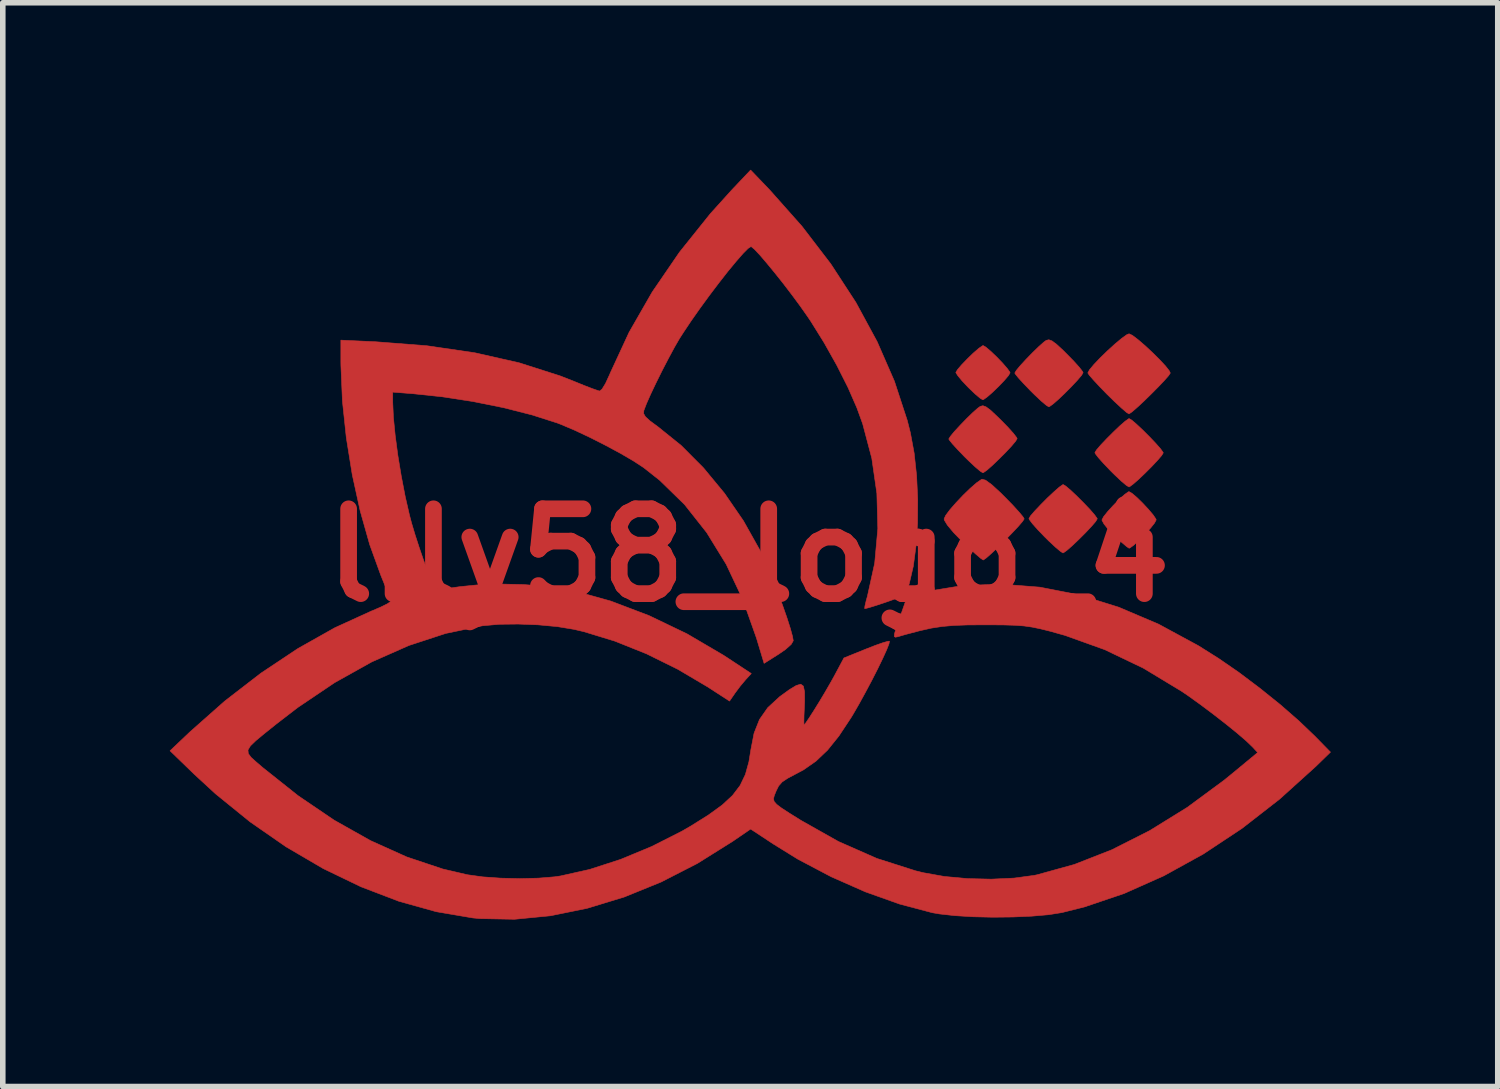
<source format=kicad_pcb>
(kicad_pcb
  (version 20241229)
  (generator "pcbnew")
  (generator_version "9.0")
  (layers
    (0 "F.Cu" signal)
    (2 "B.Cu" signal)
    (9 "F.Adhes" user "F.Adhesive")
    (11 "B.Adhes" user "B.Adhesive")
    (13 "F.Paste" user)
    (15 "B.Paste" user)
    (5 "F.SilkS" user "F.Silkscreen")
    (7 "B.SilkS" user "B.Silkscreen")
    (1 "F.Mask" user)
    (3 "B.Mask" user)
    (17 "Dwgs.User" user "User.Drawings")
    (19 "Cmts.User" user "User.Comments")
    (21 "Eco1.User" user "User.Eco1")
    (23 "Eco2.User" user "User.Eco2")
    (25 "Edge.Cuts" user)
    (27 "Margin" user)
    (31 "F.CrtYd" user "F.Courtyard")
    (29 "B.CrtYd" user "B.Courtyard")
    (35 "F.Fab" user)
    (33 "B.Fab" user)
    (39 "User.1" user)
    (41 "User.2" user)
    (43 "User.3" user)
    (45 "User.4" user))
  (footprint "lily58_logo_4"
    (layer "F.Cu")
    (at 10.398 6.926)
    (property "Reference" "lily58_logo_4" (at 0 0 0) (layer "F.Cu") (effects (font (size 1.524 1.524) (thickness 0.3))))
    (attr through_hole)
    (fp_poly (pts (xy 4.265 -3.739) (xy 4.352 -3.665) (xy 4.458 -3.564) (xy 4.562 -3.456) (xy 4.647 -3.358) (xy 4.695 -3.292) (xy 4.699 -3.278) (xy 4.67 -3.228) (xy 4.596 -3.141) (xy 4.495 -3.035) (xy 4.387 -2.931) (xy 4.29 -2.846) (xy 4.223 -2.798) (xy 4.209 -2.794) (xy 4.161 -2.822) (xy 4.072 -2.897) (xy 3.962 -3.002) (xy 3.946 -3.018) (xy 3.839 -3.131) (xy 3.761 -3.225) (xy 3.726 -3.28) (xy 3.725 -3.284) (xy 3.754 -3.334) (xy 3.828 -3.421) (xy 3.929 -3.526) (xy 4.037 -3.631) (xy 4.135 -3.716) (xy 4.202 -3.763) (xy 4.215 -3.768) (xy 4.265 -3.739)) (stroke (width 0.01) (type solid)) (fill yes) (layer "F.Cu"))
    (fp_poly (pts (xy 6.89 -1.113) (xy 6.979 -1.037) (xy 7.084 -0.934) (xy 7.188 -0.822) (xy 7.273 -0.721) (xy 7.32 -0.65) (xy 7.324 -0.635) (xy 7.295 -0.579) (xy 7.222 -0.487) (xy 7.123 -0.377) (xy 7.016 -0.268) (xy 6.919 -0.18) (xy 6.851 -0.131) (xy 6.837 -0.127) (xy 6.796 -0.154) (xy 6.711 -0.226) (xy 6.599 -0.327) (xy 6.58 -0.345) (xy 6.468 -0.46) (xy 6.387 -0.561) (xy 6.35 -0.63) (xy 6.35 -0.635) (xy 6.378 -0.691) (xy 6.451 -0.783) (xy 6.551 -0.893) (xy 6.658 -1.002) (xy 6.755 -1.09) (xy 6.823 -1.139) (xy 6.837 -1.143) (xy 6.89 -1.113)) (stroke (width 0.01) (type solid)) (fill yes) (layer "F.Cu"))
    (fp_poly (pts (xy 4.268 -2.666) (xy 4.35 -2.605) (xy 4.469 -2.493) (xy 4.535 -2.429) (xy 4.66 -2.301) (xy 4.758 -2.192) (xy 4.816 -2.117) (xy 4.826 -2.095) (xy 4.797 -2.047) (xy 4.722 -1.958) (xy 4.616 -1.845) (xy 4.496 -1.725) (xy 4.38 -1.614) (xy 4.282 -1.528) (xy 4.219 -1.484) (xy 4.21 -1.482) (xy 4.164 -1.51) (xy 4.074 -1.586) (xy 3.956 -1.697) (xy 3.883 -1.768) (xy 3.76 -1.896) (xy 3.664 -2.001) (xy 3.608 -2.071) (xy 3.598 -2.089) (xy 3.627 -2.136) (xy 3.7 -2.225) (xy 3.803 -2.336) (xy 3.918 -2.455) (xy 4.029 -2.563) (xy 4.119 -2.643) (xy 4.164 -2.675) (xy 4.211 -2.687) (xy 4.268 -2.666)) (stroke (width 0.01) (type solid)) (fill yes) (layer "F.Cu"))
    (fp_poly (pts (xy 5.453 -3.851) (xy 5.535 -3.79) (xy 5.655 -3.679) (xy 5.72 -3.614) (xy 5.845 -3.486) (xy 5.943 -3.377) (xy 6.001 -3.302) (xy 6.011 -3.281) (xy 5.983 -3.232) (xy 5.907 -3.143) (xy 5.801 -3.03) (xy 5.682 -2.91) (xy 5.565 -2.799) (xy 5.467 -2.714) (xy 5.405 -2.67) (xy 5.395 -2.667) (xy 5.349 -2.695) (xy 5.259 -2.771) (xy 5.141 -2.882) (xy 5.068 -2.954) (xy 4.946 -3.081) (xy 4.849 -3.187) (xy 4.793 -3.257) (xy 4.784 -3.274) (xy 4.812 -3.322) (xy 4.885 -3.41) (xy 4.988 -3.522) (xy 5.103 -3.64) (xy 5.214 -3.748) (xy 5.305 -3.829) (xy 5.349 -3.861) (xy 5.396 -3.872) (xy 5.453 -3.851)) (stroke (width 0.01) (type solid)) (fill yes) (layer "F.Cu"))
    (fp_poly (pts (xy 5.702 -1.241) (xy 5.79 -1.166) (xy 5.902 -1.06) (xy 6.022 -0.94) (xy 6.133 -0.824) (xy 6.218 -0.726) (xy 6.263 -0.663) (xy 6.265 -0.654) (xy 6.237 -0.606) (xy 6.161 -0.518) (xy 6.055 -0.405) (xy 5.936 -0.286) (xy 5.819 -0.175) (xy 5.721 -0.089) (xy 5.659 -0.045) (xy 5.649 -0.042) (xy 5.603 -0.071) (xy 5.513 -0.147) (xy 5.395 -0.257) (xy 5.322 -0.329) (xy 5.199 -0.457) (xy 5.103 -0.565) (xy 5.047 -0.639) (xy 5.038 -0.658) (xy 5.066 -0.707) (xy 5.142 -0.795) (xy 5.248 -0.907) (xy 5.367 -1.027) (xy 5.484 -1.137) (xy 5.582 -1.223) (xy 5.644 -1.267) (xy 5.654 -1.27) (xy 5.702 -1.241)) (stroke (width 0.01) (type solid)) (fill yes) (layer "F.Cu"))
    (fp_poly (pts (xy 6.887 -2.427) (xy 6.975 -2.351) (xy 7.088 -2.245) (xy 7.207 -2.126) (xy 7.318 -2.009) (xy 7.404 -1.911) (xy 7.448 -1.849) (xy 7.451 -1.839) (xy 7.422 -1.791) (xy 7.346 -1.703) (xy 7.241 -1.591) (xy 7.121 -1.471) (xy 7.004 -1.36) (xy 6.906 -1.275) (xy 6.844 -1.23) (xy 6.835 -1.228) (xy 6.788 -1.256) (xy 6.698 -1.332) (xy 6.58 -1.443) (xy 6.508 -1.514) (xy 6.385 -1.643) (xy 6.288 -1.751) (xy 6.232 -1.824) (xy 6.223 -1.844) (xy 6.252 -1.892) (xy 6.327 -1.98) (xy 6.433 -2.092) (xy 6.553 -2.212) (xy 6.669 -2.323) (xy 6.767 -2.408) (xy 6.83 -2.453) (xy 6.839 -2.455) (xy 6.887 -2.427)) (stroke (width 0.01) (type solid)) (fill yes) (layer "F.Cu"))
    (fp_poly (pts (xy 4.259 -1.349) (xy 4.37 -1.268) (xy 4.529 -1.122) (xy 4.608 -1.043) (xy 4.745 -0.903) (xy 4.855 -0.782) (xy 4.929 -0.694) (xy 4.953 -0.654) (xy 4.924 -0.609) (xy 4.849 -0.521) (xy 4.74 -0.405) (xy 4.613 -0.275) (xy 4.484 -0.147) (xy 4.365 -0.034) (xy 4.272 0.048) (xy 4.22 0.084) (xy 4.217 0.085) (xy 4.174 0.057) (xy 4.085 -0.019) (xy 3.963 -0.13) (xy 3.847 -0.24) (xy 3.686 -0.406) (xy 3.574 -0.54) (xy 3.518 -0.632) (xy 3.514 -0.654) (xy 3.543 -0.717) (xy 3.62 -0.82) (xy 3.73 -0.946) (xy 3.857 -1.08) (xy 3.985 -1.204) (xy 4.099 -1.303) (xy 4.183 -1.361) (xy 4.196 -1.366) (xy 4.259 -1.349)) (stroke (width 0.01) (type solid)) (fill yes) (layer "F.Cu"))
    (fp_poly (pts (xy 6.897 -3.951) (xy 6.997 -3.875) (xy 7.123 -3.767) (xy 7.258 -3.641) (xy 7.386 -3.514) (xy 7.493 -3.399) (xy 7.561 -3.312) (xy 7.578 -3.274) (xy 7.549 -3.229) (xy 7.472 -3.141) (xy 7.363 -3.026) (xy 7.235 -2.897) (xy 7.104 -2.769) (xy 6.984 -2.658) (xy 6.891 -2.577) (xy 6.838 -2.541) (xy 6.835 -2.54) (xy 6.79 -2.568) (xy 6.7 -2.646) (xy 6.577 -2.76) (xy 6.444 -2.89) (xy 6.307 -3.031) (xy 6.196 -3.151) (xy 6.121 -3.237) (xy 6.096 -3.276) (xy 6.126 -3.332) (xy 6.206 -3.428) (xy 6.319 -3.547) (xy 6.451 -3.675) (xy 6.585 -3.797) (xy 6.706 -3.898) (xy 6.797 -3.963) (xy 6.837 -3.979) (xy 6.897 -3.951)) (stroke (width 0.01) (type solid)) (fill yes) (layer "F.Cu"))
    (fp_poly (pts (xy 0.382 -6.562) (xy 0.96 -5.911) (xy 1.478 -5.235) (xy 1.93 -4.541) (xy 2.312 -3.836) (xy 2.621 -3.128) (xy 2.852 -2.423) (xy 2.908 -2.202) (xy 2.976 -1.835) (xy 3.02 -1.429) (xy 3.04 -1.004) (xy 3.037 -0.578) (xy 3.01 -0.172) (xy 2.961 0.196) (xy 2.889 0.506) (xy 2.87 0.566) (xy 2.838 0.643) (xy 2.796 0.699) (xy 2.724 0.746) (xy 2.604 0.795) (xy 2.457 0.847) (xy 2.297 0.9) (xy 2.171 0.939) (xy 2.098 0.958) (xy 2.087 0.958) (xy 2.091 0.914) (xy 2.114 0.815) (xy 2.136 0.737) (xy 2.267 0.142) (xy 2.323 -0.478) (xy 2.306 -1.111) (xy 2.215 -1.743) (xy 2.051 -2.362) (xy 1.947 -2.649) (xy 1.787 -3.015) (xy 1.585 -3.415) (xy 1.357 -3.821) (xy 1.118 -4.205) (xy 1.059 -4.292) (xy 0.929 -4.477) (xy 0.782 -4.676) (xy 0.627 -4.879) (xy 0.472 -5.074) (xy 0.328 -5.249) (xy 0.204 -5.394) (xy 0.108 -5.496) (xy 0.051 -5.543) (xy 0.044 -5.546) (xy -0.008 -5.513) (xy -0.1 -5.42) (xy -0.223 -5.279) (xy -0.37 -5.101) (xy -0.532 -4.894) (xy -0.701 -4.671) (xy -0.869 -4.441) (xy -1.028 -4.215) (xy -1.169 -4.004) (xy -1.239 -3.895) (xy -1.33 -3.738) (xy -1.436 -3.541) (xy -1.55 -3.322) (xy -1.66 -3.1) (xy -1.758 -2.894) (xy -1.834 -2.722) (xy -1.879 -2.604) (xy -1.881 -2.598) (xy -1.884 -2.544) (xy -1.851 -2.488) (xy -1.77 -2.414) (xy -1.629 -2.31) (xy -1.621 -2.304) (xy -1.208 -1.971) (xy -0.808 -1.569) (xy -0.431 -1.113) (xy -0.09 -0.617) (xy 0.201 -0.098) (xy 0.25 0.001) (xy 0.335 0.19) (xy 0.428 0.413) (xy 0.521 0.653) (xy 0.61 0.893) (xy 0.689 1.119) (xy 0.751 1.313) (xy 0.791 1.459) (xy 0.804 1.536) (xy 0.767 1.601) (xy 0.665 1.692) (xy 0.542 1.777) (xy 0.28 1.942) (xy 0.142 1.485) (xy -0.103 0.794) (xy -0.401 0.162) (xy -0.751 -0.407) (xy -1.149 -0.911) (xy -1.596 -1.347) (xy -1.886 -1.576) (xy -2.065 -1.693) (xy -2.301 -1.831) (xy -2.571 -1.976) (xy -2.853 -2.119) (xy -3.125 -2.247) (xy -3.365 -2.349) (xy -3.435 -2.376) (xy -3.888 -2.521) (xy -4.4 -2.651) (xy -4.949 -2.762) (xy -5.51 -2.848) (xy -6.022 -2.902) (xy -6.392 -2.931) (xy -6.392 -2.746) (xy -6.38 -2.48) (xy -6.348 -2.155) (xy -6.3 -1.793) (xy -6.238 -1.418) (xy -6.167 -1.051) (xy -6.09 -0.716) (xy -6.052 -0.573) (xy -5.99 -0.366) (xy -5.917 -0.141) (xy -5.84 0.083) (xy -5.765 0.287) (xy -5.7 0.453) (xy -5.65 0.562) (xy -5.64 0.579) (xy -5.603 0.6) (xy -5.52 0.604) (xy -5.38 0.592) (xy -5.185 0.564) (xy -4.846 0.53) (xy -4.458 0.517) (xy -4.05 0.526) (xy -3.651 0.556) (xy -3.293 0.605) (xy -3.154 0.633) (xy -2.474 0.823) (xy -1.785 1.085) (xy -1.106 1.411) (xy -0.455 1.793) (xy -0.387 1.837) (xy 0.05 2.125) (xy -0.053 2.237) (xy -0.151 2.354) (xy -0.245 2.48) (xy -0.248 2.485) (xy -0.341 2.62) (xy -0.731 2.367) (xy -1.269 2.049) (xy -1.832 1.771) (xy -2.401 1.543) (xy -2.954 1.374) (xy -3.136 1.331) (xy -3.434 1.282) (xy -3.778 1.25) (xy -4.136 1.236) (xy -4.477 1.24) (xy -4.77 1.266) (xy -4.786 1.268) (xy -5.439 1.404) (xy -6.102 1.621) (xy -6.769 1.916) (xy -7.435 2.288) (xy -8.097 2.734) (xy -8.488 3.035) (xy -8.7 3.205) (xy -8.852 3.331) (xy -8.949 3.425) (xy -8.993 3.498) (xy -8.987 3.563) (xy -8.937 3.631) (xy -8.845 3.714) (xy -8.728 3.814) (xy -8.092 4.32) (xy -7.445 4.759) (xy -6.791 5.127) (xy -6.138 5.421) (xy -5.492 5.637) (xy -5.049 5.74) (xy -4.776 5.778) (xy -4.452 5.801) (xy -4.109 5.809) (xy -3.776 5.801) (xy -3.483 5.777) (xy -3.38 5.762) (xy -2.853 5.644) (xy -2.298 5.464) (xy -1.739 5.232) (xy -1.196 4.957) (xy -1.037 4.865) (xy -0.721 4.667) (xy -0.474 4.488) (xy -0.287 4.315) (xy -0.151 4.136) (xy -0.056 3.938) (xy 0.007 3.711) (xy 0.042 3.494) (xy 0.1 3.196) (xy 0.197 2.951) (xy 0.345 2.739) (xy 0.557 2.543) (xy 0.735 2.414) (xy 0.857 2.34) (xy 0.938 2.316) (xy 0.986 2.351) (xy 1.007 2.452) (xy 1.008 2.626) (xy 1.004 2.72) (xy 0.997 2.874) (xy 0.995 2.99) (xy 0.996 3.046) (xy 0.997 3.048) (xy 1.027 3.014) (xy 1.089 2.923) (xy 1.175 2.789) (xy 1.273 2.631) (xy 1.374 2.462) (xy 1.468 2.299) (xy 1.536 2.178) (xy 1.714 1.845) (xy 2.112 1.684) (xy 2.281 1.618) (xy 2.418 1.57) (xy 2.508 1.545) (xy 2.532 1.544) (xy 2.524 1.591) (xy 2.482 1.698) (xy 2.412 1.852) (xy 2.321 2.04) (xy 2.215 2.248) (xy 2.101 2.462) (xy 1.987 2.67) (xy 1.879 2.857) (xy 1.84 2.921) (xy 1.625 3.246) (xy 1.42 3.501) (xy 1.212 3.699) (xy 0.989 3.855) (xy 0.865 3.921) (xy 0.706 4.005) (xy 0.604 4.073) (xy 0.541 4.145) (xy 0.496 4.236) (xy 0.493 4.244) (xy 0.463 4.318) (xy 0.449 4.374) (xy 0.46 4.423) (xy 0.505 4.475) (xy 0.592 4.541) (xy 0.732 4.632) (xy 0.934 4.758) (xy 0.935 4.759) (xy 1.616 5.143) (xy 2.306 5.447) (xy 3.001 5.669) (xy 3.144 5.704) (xy 3.52 5.771) (xy 3.935 5.809) (xy 4.362 5.819) (xy 4.771 5.8) (xy 5.134 5.751) (xy 5.186 5.74) (xy 5.854 5.555) (xy 6.53 5.29) (xy 7.208 4.947) (xy 7.882 4.53) (xy 8.545 4.041) (xy 8.719 3.899) (xy 9.148 3.544) (xy 9.051 3.44) (xy 8.939 3.333) (xy 8.774 3.191) (xy 8.571 3.027) (xy 8.346 2.852) (xy 8.115 2.679) (xy 7.895 2.521) (xy 7.78 2.443) (xy 7.095 2.029) (xy 6.4 1.696) (xy 5.687 1.44) (xy 5.419 1.365) (xy 5.246 1.322) (xy 5.097 1.291) (xy 4.951 1.27) (xy 4.788 1.258) (xy 4.588 1.252) (xy 4.33 1.25) (xy 4.233 1.25) (xy 3.931 1.252) (xy 3.689 1.261) (xy 3.482 1.279) (xy 3.285 1.309) (xy 3.073 1.357) (xy 2.822 1.423) (xy 2.681 1.464) (xy 2.639 1.472) (xy 2.619 1.46) (xy 2.622 1.413) (xy 2.65 1.317) (xy 2.705 1.159) (xy 2.723 1.107) (xy 2.857 0.724) (xy 3.146 0.659) (xy 3.835 0.546) (xy 4.531 0.518) (xy 5.233 0.573) (xy 5.94 0.711) (xy 6.651 0.933) (xy 7.366 1.237) (xy 8.081 1.624) (xy 8.445 1.853) (xy 8.809 2.104) (xy 9.185 2.387) (xy 9.553 2.683) (xy 9.889 2.976) (xy 10.171 3.246) (xy 10.456 3.537) (xy 10.192 3.794) (xy 9.541 4.382) (xy 8.865 4.908) (xy 8.169 5.369) (xy 7.46 5.76) (xy 6.746 6.078) (xy 6.033 6.319) (xy 5.63 6.42) (xy 5.391 6.458) (xy 5.09 6.484) (xy 4.75 6.499) (xy 4.391 6.503) (xy 4.037 6.495) (xy 3.709 6.475) (xy 3.43 6.444) (xy 3.302 6.422) (xy 2.713 6.266) (xy 2.101 6.048) (xy 1.485 5.776) (xy 0.886 5.46) (xy 0.451 5.191) (xy 0.038 4.919) (xy -0.288 5.142) (xy -0.919 5.537) (xy -1.571 5.871) (xy -2.233 6.14) (xy -2.899 6.343) (xy -3.558 6.477) (xy -4.203 6.54) (xy -4.823 6.528) (xy -4.953 6.516) (xy -5.61 6.404) (xy -6.283 6.216) (xy -6.963 5.956) (xy -7.641 5.629) (xy -8.309 5.238) (xy -8.956 4.789) (xy -9.576 4.286) (xy -9.955 3.937) (xy -10.393 3.513) (xy -10.033 3.171) (xy -9.409 2.619) (xy -8.76 2.118) (xy -8.098 1.677) (xy -7.432 1.302) (xy -6.775 1.002) (xy -6.752 0.993) (xy -6.601 0.928) (xy -6.487 0.871) (xy -6.427 0.83) (xy -6.423 0.821) (xy -6.442 0.768) (xy -6.487 0.655) (xy -6.549 0.5) (xy -6.606 0.36) (xy -6.805 -0.189) (xy -6.977 -0.798) (xy -7.119 -1.446) (xy -7.226 -2.111) (xy -7.296 -2.772) (xy -7.323 -3.407) (xy -7.324 -3.467) (xy -7.324 -3.865) (xy -6.699 -3.836) (xy -5.776 -3.764) (xy -4.917 -3.638) (xy -4.121 -3.458) (xy -3.385 -3.223) (xy -3.133 -3.124) (xy -2.959 -3.053) (xy -2.811 -2.996) (xy -2.708 -2.96) (xy -2.675 -2.95) (xy -2.632 -2.984) (xy -2.57 -3.085) (xy -2.498 -3.241) (xy -2.481 -3.281) (xy -2.145 -4.007) (xy -1.73 -4.73) (xy -1.241 -5.444) (xy -0.685 -6.138) (xy -0.302 -6.562) (xy 0.038 -6.921) (xy 0.382 -6.562)) (stroke (width 0.01) (type solid)) (fill yes) (layer "F.Cu"))
    (fp_poly (pts (xy 4.265 -3.739) (xy 4.352 -3.665) (xy 4.458 -3.564) (xy 4.562 -3.456) (xy 4.647 -3.358) (xy 4.695 -3.292) (xy 4.699 -3.278) (xy 4.67 -3.228) (xy 4.596 -3.141) (xy 4.495 -3.035) (xy 4.387 -2.931) (xy 4.29 -2.846) (xy 4.223 -2.798) (xy 4.209 -2.794) (xy 4.161 -2.822) (xy 4.072 -2.897) (xy 3.962 -3.002) (xy 3.946 -3.018) (xy 3.839 -3.131) (xy 3.761 -3.225) (xy 3.726 -3.28) (xy 3.725 -3.284) (xy 3.754 -3.334) (xy 3.828 -3.421) (xy 3.929 -3.526) (xy 4.037 -3.631) (xy 4.135 -3.716) (xy 4.202 -3.763) (xy 4.215 -3.768) (xy 4.265 -3.739)) (stroke (width 0.01) (type solid)) (fill yes) (layer "F.Mask"))
    (fp_poly (pts (xy 6.89 -1.113) (xy 6.979 -1.037) (xy 7.084 -0.934) (xy 7.188 -0.822) (xy 7.273 -0.721) (xy 7.32 -0.65) (xy 7.324 -0.635) (xy 7.295 -0.579) (xy 7.222 -0.487) (xy 7.123 -0.377) (xy 7.016 -0.268) (xy 6.919 -0.18) (xy 6.851 -0.131) (xy 6.837 -0.127) (xy 6.796 -0.154) (xy 6.711 -0.226) (xy 6.599 -0.327) (xy 6.58 -0.345) (xy 6.468 -0.46) (xy 6.387 -0.561) (xy 6.35 -0.63) (xy 6.35 -0.635) (xy 6.378 -0.691) (xy 6.451 -0.783) (xy 6.551 -0.893) (xy 6.658 -1.002) (xy 6.755 -1.09) (xy 6.823 -1.139) (xy 6.837 -1.143) (xy 6.89 -1.113)) (stroke (width 0.01) (type solid)) (fill yes) (layer "F.Mask"))
    (fp_poly (pts (xy 4.268 -2.666) (xy 4.35 -2.605) (xy 4.469 -2.493) (xy 4.535 -2.429) (xy 4.66 -2.301) (xy 4.758 -2.192) (xy 4.816 -2.117) (xy 4.826 -2.095) (xy 4.797 -2.047) (xy 4.722 -1.958) (xy 4.616 -1.845) (xy 4.496 -1.725) (xy 4.38 -1.614) (xy 4.282 -1.528) (xy 4.219 -1.484) (xy 4.21 -1.482) (xy 4.164 -1.51) (xy 4.074 -1.586) (xy 3.956 -1.697) (xy 3.883 -1.768) (xy 3.76 -1.896) (xy 3.664 -2.001) (xy 3.608 -2.071) (xy 3.598 -2.089) (xy 3.627 -2.136) (xy 3.7 -2.225) (xy 3.803 -2.336) (xy 3.918 -2.455) (xy 4.029 -2.563) (xy 4.119 -2.643) (xy 4.164 -2.675) (xy 4.211 -2.687) (xy 4.268 -2.666)) (stroke (width 0.01) (type solid)) (fill yes) (layer "F.Mask"))
    (fp_poly (pts (xy 5.453 -3.851) (xy 5.535 -3.79) (xy 5.655 -3.679) (xy 5.72 -3.614) (xy 5.845 -3.486) (xy 5.943 -3.377) (xy 6.001 -3.302) (xy 6.011 -3.281) (xy 5.983 -3.232) (xy 5.907 -3.143) (xy 5.801 -3.03) (xy 5.682 -2.91) (xy 5.565 -2.799) (xy 5.467 -2.714) (xy 5.405 -2.67) (xy 5.395 -2.667) (xy 5.349 -2.695) (xy 5.259 -2.771) (xy 5.141 -2.882) (xy 5.068 -2.954) (xy 4.946 -3.081) (xy 4.849 -3.187) (xy 4.793 -3.257) (xy 4.784 -3.274) (xy 4.812 -3.322) (xy 4.885 -3.41) (xy 4.988 -3.522) (xy 5.103 -3.64) (xy 5.214 -3.748) (xy 5.305 -3.829) (xy 5.349 -3.861) (xy 5.396 -3.872) (xy 5.453 -3.851)) (stroke (width 0.01) (type solid)) (fill yes) (layer "F.Mask"))
    (fp_poly (pts (xy 5.702 -1.241) (xy 5.79 -1.166) (xy 5.902 -1.06) (xy 6.022 -0.94) (xy 6.133 -0.824) (xy 6.218 -0.726) (xy 6.263 -0.663) (xy 6.265 -0.654) (xy 6.237 -0.606) (xy 6.161 -0.518) (xy 6.055 -0.405) (xy 5.936 -0.286) (xy 5.819 -0.175) (xy 5.721 -0.089) (xy 5.659 -0.045) (xy 5.649 -0.042) (xy 5.603 -0.071) (xy 5.513 -0.147) (xy 5.395 -0.257) (xy 5.322 -0.329) (xy 5.199 -0.457) (xy 5.103 -0.565) (xy 5.047 -0.639) (xy 5.038 -0.658) (xy 5.066 -0.707) (xy 5.142 -0.795) (xy 5.248 -0.907) (xy 5.367 -1.027) (xy 5.484 -1.137) (xy 5.582 -1.223) (xy 5.644 -1.267) (xy 5.654 -1.27) (xy 5.702 -1.241)) (stroke (width 0.01) (type solid)) (fill yes) (layer "F.Mask"))
    (fp_poly (pts (xy 6.887 -2.427) (xy 6.975 -2.351) (xy 7.088 -2.245) (xy 7.207 -2.126) (xy 7.318 -2.009) (xy 7.404 -1.911) (xy 7.448 -1.849) (xy 7.451 -1.839) (xy 7.422 -1.791) (xy 7.346 -1.703) (xy 7.241 -1.591) (xy 7.121 -1.471) (xy 7.004 -1.36) (xy 6.906 -1.275) (xy 6.844 -1.23) (xy 6.835 -1.228) (xy 6.788 -1.256) (xy 6.698 -1.332) (xy 6.58 -1.443) (xy 6.508 -1.514) (xy 6.385 -1.643) (xy 6.288 -1.751) (xy 6.232 -1.824) (xy 6.223 -1.844) (xy 6.252 -1.892) (xy 6.327 -1.98) (xy 6.433 -2.092) (xy 6.553 -2.212) (xy 6.669 -2.323) (xy 6.767 -2.408) (xy 6.83 -2.453) (xy 6.839 -2.455) (xy 6.887 -2.427)) (stroke (width 0.01) (type solid)) (fill yes) (layer "F.Mask"))
    (fp_poly (pts (xy 4.259 -1.349) (xy 4.37 -1.268) (xy 4.529 -1.122) (xy 4.608 -1.043) (xy 4.745 -0.903) (xy 4.855 -0.782) (xy 4.929 -0.694) (xy 4.953 -0.654) (xy 4.924 -0.609) (xy 4.849 -0.521) (xy 4.74 -0.405) (xy 4.613 -0.275) (xy 4.484 -0.147) (xy 4.365 -0.034) (xy 4.272 0.048) (xy 4.22 0.084) (xy 4.217 0.085) (xy 4.174 0.057) (xy 4.085 -0.019) (xy 3.963 -0.13) (xy 3.847 -0.24) (xy 3.686 -0.406) (xy 3.574 -0.54) (xy 3.518 -0.632) (xy 3.514 -0.654) (xy 3.543 -0.717) (xy 3.62 -0.82) (xy 3.73 -0.946) (xy 3.857 -1.08) (xy 3.985 -1.204) (xy 4.099 -1.303) (xy 4.183 -1.361) (xy 4.196 -1.366) (xy 4.259 -1.349)) (stroke (width 0.01) (type solid)) (fill yes) (layer "F.Mask"))
    (fp_poly (pts (xy 6.897 -3.951) (xy 6.997 -3.875) (xy 7.123 -3.767) (xy 7.258 -3.641) (xy 7.386 -3.514) (xy 7.493 -3.399) (xy 7.561 -3.312) (xy 7.578 -3.274) (xy 7.549 -3.229) (xy 7.472 -3.141) (xy 7.363 -3.026) (xy 7.235 -2.897) (xy 7.104 -2.769) (xy 6.984 -2.658) (xy 6.891 -2.577) (xy 6.838 -2.541) (xy 6.835 -2.54) (xy 6.79 -2.568) (xy 6.7 -2.646) (xy 6.577 -2.76) (xy 6.444 -2.89) (xy 6.307 -3.031) (xy 6.196 -3.151) (xy 6.121 -3.237) (xy 6.096 -3.276) (xy 6.126 -3.332) (xy 6.206 -3.428) (xy 6.319 -3.547) (xy 6.451 -3.675) (xy 6.585 -3.797) (xy 6.706 -3.898) (xy 6.797 -3.963) (xy 6.837 -3.979) (xy 6.897 -3.951)) (stroke (width 0.01) (type solid)) (fill yes) (layer "F.Mask"))
    (fp_poly (pts (xy 0.382 -6.562) (xy 0.96 -5.911) (xy 1.478 -5.235) (xy 1.93 -4.541) (xy 2.312 -3.836) (xy 2.621 -3.128) (xy 2.852 -2.423) (xy 2.908 -2.202) (xy 2.976 -1.835) (xy 3.02 -1.429) (xy 3.04 -1.004) (xy 3.037 -0.578) (xy 3.01 -0.172) (xy 2.961 0.196) (xy 2.889 0.506) (xy 2.87 0.566) (xy 2.838 0.643) (xy 2.796 0.699) (xy 2.724 0.746) (xy 2.604 0.795) (xy 2.457 0.847) (xy 2.297 0.9) (xy 2.171 0.939) (xy 2.098 0.958) (xy 2.087 0.958) (xy 2.091 0.914) (xy 2.114 0.815) (xy 2.136 0.737) (xy 2.267 0.142) (xy 2.323 -0.478) (xy 2.306 -1.111) (xy 2.215 -1.743) (xy 2.051 -2.362) (xy 1.947 -2.649) (xy 1.787 -3.015) (xy 1.585 -3.415) (xy 1.357 -3.821) (xy 1.118 -4.205) (xy 1.059 -4.292) (xy 0.929 -4.477) (xy 0.782 -4.676) (xy 0.627 -4.879) (xy 0.472 -5.074) (xy 0.328 -5.249) (xy 0.204 -5.394) (xy 0.108 -5.496) (xy 0.051 -5.543) (xy 0.044 -5.546) (xy -0.008 -5.513) (xy -0.1 -5.42) (xy -0.223 -5.279) (xy -0.37 -5.101) (xy -0.532 -4.894) (xy -0.701 -4.671) (xy -0.869 -4.441) (xy -1.028 -4.215) (xy -1.169 -4.004) (xy -1.239 -3.895) (xy -1.33 -3.738) (xy -1.436 -3.541) (xy -1.55 -3.322) (xy -1.66 -3.1) (xy -1.758 -2.894) (xy -1.834 -2.722) (xy -1.879 -2.604) (xy -1.881 -2.598) (xy -1.884 -2.544) (xy -1.851 -2.488) (xy -1.77 -2.414) (xy -1.629 -2.31) (xy -1.621 -2.304) (xy -1.208 -1.971) (xy -0.808 -1.569) (xy -0.431 -1.113) (xy -0.09 -0.617) (xy 0.201 -0.098) (xy 0.25 0.001) (xy 0.335 0.19) (xy 0.428 0.413) (xy 0.521 0.653) (xy 0.61 0.893) (xy 0.689 1.119) (xy 0.751 1.313) (xy 0.791 1.459) (xy 0.804 1.536) (xy 0.767 1.601) (xy 0.665 1.692) (xy 0.542 1.777) (xy 0.28 1.942) (xy 0.142 1.485) (xy -0.103 0.794) (xy -0.401 0.162) (xy -0.751 -0.407) (xy -1.149 -0.911) (xy -1.596 -1.347) (xy -1.886 -1.576) (xy -2.065 -1.693) (xy -2.301 -1.831) (xy -2.571 -1.976) (xy -2.853 -2.119) (xy -3.125 -2.247) (xy -3.365 -2.349) (xy -3.435 -2.376) (xy -3.888 -2.521) (xy -4.4 -2.651) (xy -4.949 -2.762) (xy -5.51 -2.848) (xy -6.022 -2.902) (xy -6.392 -2.931) (xy -6.392 -2.746) (xy -6.38 -2.48) (xy -6.348 -2.155) (xy -6.3 -1.793) (xy -6.238 -1.418) (xy -6.167 -1.051) (xy -6.09 -0.716) (xy -6.052 -0.573) (xy -5.99 -0.366) (xy -5.917 -0.141) (xy -5.84 0.083) (xy -5.765 0.287) (xy -5.7 0.453) (xy -5.65 0.562) (xy -5.64 0.579) (xy -5.603 0.6) (xy -5.52 0.604) (xy -5.38 0.592) (xy -5.185 0.564) (xy -4.846 0.53) (xy -4.458 0.517) (xy -4.05 0.526) (xy -3.651 0.556) (xy -3.293 0.605) (xy -3.154 0.633) (xy -2.474 0.823) (xy -1.785 1.085) (xy -1.106 1.411) (xy -0.455 1.793) (xy -0.387 1.837) (xy 0.05 2.125) (xy -0.053 2.237) (xy -0.151 2.354) (xy -0.245 2.48) (xy -0.248 2.485) (xy -0.341 2.62) (xy -0.731 2.367) (xy -1.269 2.049) (xy -1.832 1.771) (xy -2.401 1.543) (xy -2.954 1.374) (xy -3.136 1.331) (xy -3.434 1.282) (xy -3.778 1.25) (xy -4.136 1.236) (xy -4.477 1.24) (xy -4.77 1.266) (xy -4.786 1.268) (xy -5.439 1.404) (xy -6.102 1.621) (xy -6.769 1.916) (xy -7.435 2.288) (xy -8.097 2.734) (xy -8.488 3.035) (xy -8.7 3.205) (xy -8.852 3.331) (xy -8.949 3.425) (xy -8.993 3.498) (xy -8.987 3.563) (xy -8.937 3.631) (xy -8.845 3.714) (xy -8.728 3.814) (xy -8.092 4.32) (xy -7.445 4.759) (xy -6.791 5.127) (xy -6.138 5.421) (xy -5.492 5.637) (xy -5.049 5.74) (xy -4.776 5.778) (xy -4.452 5.801) (xy -4.109 5.809) (xy -3.776 5.801) (xy -3.483 5.777) (xy -3.38 5.762) (xy -2.853 5.644) (xy -2.298 5.464) (xy -1.739 5.232) (xy -1.196 4.957) (xy -1.037 4.865) (xy -0.721 4.667) (xy -0.474 4.488) (xy -0.287 4.315) (xy -0.151 4.136) (xy -0.056 3.938) (xy 0.007 3.711) (xy 0.042 3.494) (xy 0.1 3.196) (xy 0.197 2.951) (xy 0.345 2.739) (xy 0.557 2.543) (xy 0.735 2.414) (xy 0.857 2.34) (xy 0.938 2.316) (xy 0.986 2.351) (xy 1.007 2.452) (xy 1.008 2.626) (xy 1.004 2.72) (xy 0.997 2.874) (xy 0.995 2.99) (xy 0.996 3.046) (xy 0.997 3.048) (xy 1.027 3.014) (xy 1.089 2.923) (xy 1.175 2.789) (xy 1.273 2.631) (xy 1.374 2.462) (xy 1.468 2.299) (xy 1.536 2.178) (xy 1.714 1.845) (xy 2.112 1.684) (xy 2.281 1.618) (xy 2.418 1.57) (xy 2.508 1.545) (xy 2.532 1.544) (xy 2.524 1.591) (xy 2.482 1.698) (xy 2.412 1.852) (xy 2.321 2.04) (xy 2.215 2.248) (xy 2.101 2.462) (xy 1.987 2.67) (xy 1.879 2.857) (xy 1.84 2.921) (xy 1.625 3.246) (xy 1.42 3.501) (xy 1.212 3.699) (xy 0.989 3.855) (xy 0.865 3.921) (xy 0.706 4.005) (xy 0.604 4.073) (xy 0.541 4.145) (xy 0.496 4.236) (xy 0.493 4.244) (xy 0.463 4.318) (xy 0.449 4.374) (xy 0.46 4.423) (xy 0.505 4.475) (xy 0.592 4.541) (xy 0.732 4.632) (xy 0.934 4.758) (xy 0.935 4.759) (xy 1.616 5.143) (xy 2.306 5.447) (xy 3.001 5.669) (xy 3.144 5.704) (xy 3.52 5.771) (xy 3.935 5.809) (xy 4.362 5.819) (xy 4.771 5.8) (xy 5.134 5.751) (xy 5.186 5.74) (xy 5.854 5.555) (xy 6.53 5.29) (xy 7.208 4.947) (xy 7.882 4.53) (xy 8.545 4.041) (xy 8.719 3.899) (xy 9.148 3.544) (xy 9.051 3.44) (xy 8.939 3.333) (xy 8.774 3.191) (xy 8.571 3.027) (xy 8.346 2.852) (xy 8.115 2.679) (xy 7.895 2.521) (xy 7.78 2.443) (xy 7.095 2.029) (xy 6.4 1.696) (xy 5.687 1.44) (xy 5.419 1.365) (xy 5.246 1.322) (xy 5.097 1.291) (xy 4.951 1.27) (xy 4.788 1.258) (xy 4.588 1.252) (xy 4.33 1.25) (xy 4.233 1.25) (xy 3.931 1.252) (xy 3.689 1.261) (xy 3.482 1.279) (xy 3.285 1.309) (xy 3.073 1.357) (xy 2.822 1.423) (xy 2.681 1.464) (xy 2.639 1.472) (xy 2.619 1.46) (xy 2.622 1.413) (xy 2.65 1.317) (xy 2.705 1.159) (xy 2.723 1.107) (xy 2.857 0.724) (xy 3.146 0.659) (xy 3.835 0.546) (xy 4.531 0.518) (xy 5.233 0.573) (xy 5.94 0.711) (xy 6.651 0.933) (xy 7.366 1.237) (xy 8.081 1.624) (xy 8.445 1.853) (xy 8.809 2.104) (xy 9.185 2.387) (xy 9.553 2.683) (xy 9.889 2.976) (xy 10.171 3.246) (xy 10.456 3.537) (xy 10.192 3.794) (xy 9.541 4.382) (xy 8.865 4.908) (xy 8.169 5.369) (xy 7.46 5.76) (xy 6.746 6.078) (xy 6.033 6.319) (xy 5.63 6.42) (xy 5.391 6.458) (xy 5.09 6.484) (xy 4.75 6.499) (xy 4.391 6.503) (xy 4.037 6.495) (xy 3.709 6.475) (xy 3.43 6.444) (xy 3.302 6.422) (xy 2.713 6.266) (xy 2.101 6.048) (xy 1.485 5.776) (xy 0.886 5.46) (xy 0.451 5.191) (xy 0.038 4.919) (xy -0.288 5.142) (xy -0.919 5.537) (xy -1.571 5.871) (xy -2.233 6.14) (xy -2.899 6.343) (xy -3.558 6.477) (xy -4.203 6.54) (xy -4.823 6.528) (xy -4.953 6.516) (xy -5.61 6.404) (xy -6.283 6.216) (xy -6.963 5.956) (xy -7.641 5.629) (xy -8.309 5.238) (xy -8.956 4.789) (xy -9.576 4.286) (xy -9.955 3.937) (xy -10.393 3.513) (xy -10.033 3.171) (xy -9.409 2.619) (xy -8.76 2.118) (xy -8.098 1.677) (xy -7.432 1.302) (xy -6.775 1.002) (xy -6.752 0.993) (xy -6.601 0.928) (xy -6.487 0.871) (xy -6.427 0.83) (xy -6.423 0.821) (xy -6.442 0.768) (xy -6.487 0.655) (xy -6.549 0.5) (xy -6.606 0.36) (xy -6.805 -0.189) (xy -6.977 -0.798) (xy -7.119 -1.446) (xy -7.226 -2.111) (xy -7.296 -2.772) (xy -7.323 -3.407) (xy -7.324 -3.467) (xy -7.324 -3.865) (xy -6.699 -3.836) (xy -5.776 -3.764) (xy -4.917 -3.638) (xy -4.121 -3.458) (xy -3.385 -3.223) (xy -3.133 -3.124) (xy -2.959 -3.053) (xy -2.811 -2.996) (xy -2.708 -2.96) (xy -2.675 -2.95) (xy -2.632 -2.984) (xy -2.57 -3.085) (xy -2.498 -3.241) (xy -2.481 -3.281) (xy -2.145 -4.007) (xy -1.73 -4.73) (xy -1.241 -5.444) (xy -0.685 -6.138) (xy -0.302 -6.562) (xy 0.038 -6.921) (xy 0.382 -6.562)) (stroke (width 0.01) (type solid)) (fill yes) (layer "F.Mask")))
  (gr_rect
    (start -3 -3)
    (end 23.859 16.471)
    (stroke (width 0.1) (type default))
    (fill no)
    (layer "Edge.Cuts")))
</source>
